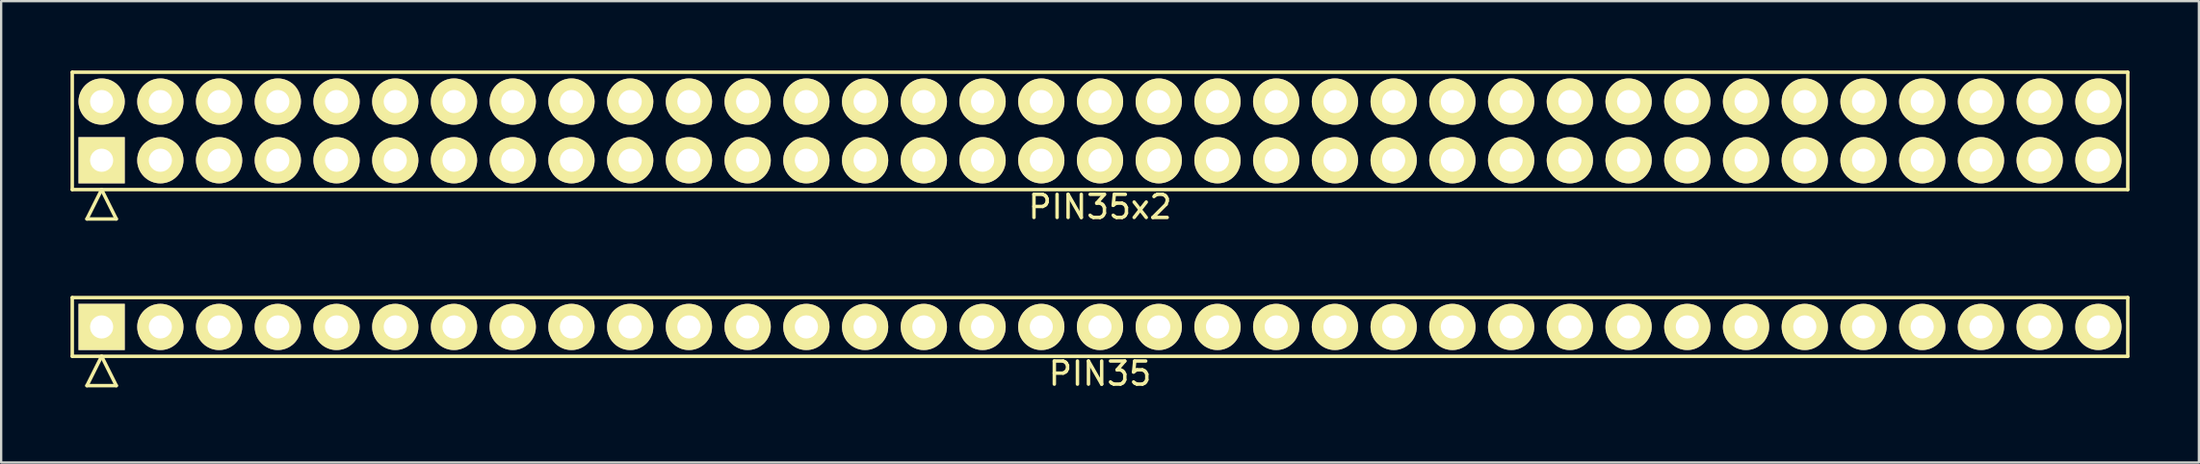
<source format=kicad_pcb>
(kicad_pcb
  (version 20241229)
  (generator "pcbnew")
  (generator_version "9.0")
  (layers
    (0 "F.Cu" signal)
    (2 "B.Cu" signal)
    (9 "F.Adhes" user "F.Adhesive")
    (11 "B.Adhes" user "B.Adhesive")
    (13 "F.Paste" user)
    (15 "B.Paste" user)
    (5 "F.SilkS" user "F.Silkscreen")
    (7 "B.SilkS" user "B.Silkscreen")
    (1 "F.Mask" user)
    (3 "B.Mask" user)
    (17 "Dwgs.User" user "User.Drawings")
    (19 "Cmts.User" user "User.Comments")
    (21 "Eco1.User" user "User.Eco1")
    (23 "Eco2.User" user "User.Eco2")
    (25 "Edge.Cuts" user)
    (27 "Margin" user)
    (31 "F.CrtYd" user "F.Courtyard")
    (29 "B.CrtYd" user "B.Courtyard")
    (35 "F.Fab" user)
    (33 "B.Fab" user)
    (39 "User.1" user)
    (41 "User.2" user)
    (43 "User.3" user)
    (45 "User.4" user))
  (footprint "PIN35"
    (layer "F.Cu")
    (at 44.525 11.098)
    (property "Reference" "PIN35" (at 0 2.02 0) (layer "F.SilkS") (effects (font (size 1 1) (thickness 0.15))))
    (attr through_hole)
    (fp_line (start -44.45 -1.27) (end -44.45 1.27) (stroke (width 0.15) (type solid)) (layer "F.SilkS"))
    (fp_line (start -44.45 1.27) (end 44.45 1.27) (stroke (width 0.15) (type solid)) (layer "F.SilkS"))
    (fp_line (start -43.815 2.54) (end -43.18 1.27) (stroke (width 0.15) (type solid)) (layer "F.SilkS"))
    (fp_line (start -43.815 2.54) (end -42.545 2.54) (stroke (width 0.15) (type solid)) (layer "F.SilkS"))
    (fp_line (start -42.545 2.54) (end -43.18 1.27) (stroke (width 0.15) (type solid)) (layer "F.SilkS"))
    (fp_line (start 44.45 -1.27) (end -44.45 -1.27) (stroke (width 0.15) (type solid)) (layer "F.SilkS"))
    (fp_line (start 44.45 1.27) (end 44.45 -1.27) (stroke (width 0.15) (type solid)) (layer "F.SilkS"))
    (pad "1" thru_hole rect (at -43.18 0) (size 2 2) (drill 1) (layers "*.Cu" "*.Mask" "F.SilkS"))
    (pad "2" thru_hole circle (at -40.64 0) (size 2 2) (drill 1) (layers "*.Cu" "*.Mask" "F.SilkS"))
    (pad "3" thru_hole circle (at -38.1 0) (size 2 2) (drill 1) (layers "*.Cu" "*.Mask" "F.SilkS"))
    (pad "4" thru_hole circle (at -35.56 0) (size 2 2) (drill 1) (layers "*.Cu" "*.Mask" "F.SilkS"))
    (pad "5" thru_hole circle (at -33.02 0) (size 2 2) (drill 1) (layers "*.Cu" "*.Mask" "F.SilkS"))
    (pad "6" thru_hole circle (at -30.48 0) (size 2 2) (drill 1) (layers "*.Cu" "*.Mask" "F.SilkS"))
    (pad "7" thru_hole circle (at -27.94 0) (size 2 2) (drill 1) (layers "*.Cu" "*.Mask" "F.SilkS"))
    (pad "8" thru_hole circle (at -25.4 0) (size 2 2) (drill 1) (layers "*.Cu" "*.Mask" "F.SilkS"))
    (pad "9" thru_hole circle (at -22.86 0) (size 2 2) (drill 1) (layers "*.Cu" "*.Mask" "F.SilkS"))
    (pad "10" thru_hole circle (at -20.32 0) (size 2 2) (drill 1) (layers "*.Cu" "*.Mask" "F.SilkS"))
    (pad "11" thru_hole circle (at -17.78 0) (size 2 2) (drill 1) (layers "*.Cu" "*.Mask" "F.SilkS"))
    (pad "12" thru_hole circle (at -15.24 0) (size 2 2) (drill 1) (layers "*.Cu" "*.Mask" "F.SilkS"))
    (pad "13" thru_hole circle (at -12.7 0) (size 2 2) (drill 1) (layers "*.Cu" "*.Mask" "F.SilkS"))
    (pad "14" thru_hole circle (at -10.16 0) (size 2 2) (drill 1) (layers "*.Cu" "*.Mask" "F.SilkS"))
    (pad "15" thru_hole circle (at -7.62 0) (size 2 2) (drill 1) (layers "*.Cu" "*.Mask" "F.SilkS"))
    (pad "16" thru_hole circle (at -5.08 0) (size 2 2) (drill 1) (layers "*.Cu" "*.Mask" "F.SilkS"))
    (pad "17" thru_hole circle (at -2.54 0) (size 2 2) (drill 1) (layers "*.Cu" "*.Mask" "F.SilkS"))
    (pad "18" thru_hole circle (at 0 0) (size 2 2) (drill 1) (layers "*.Cu" "*.Mask" "F.SilkS"))
    (pad "19" thru_hole circle (at 2.54 0) (size 2 2) (drill 1) (layers "*.Cu" "*.Mask" "F.SilkS"))
    (pad "20" thru_hole circle (at 5.08 0) (size 2 2) (drill 1) (layers "*.Cu" "*.Mask" "F.SilkS"))
    (pad "21" thru_hole circle (at 7.62 0) (size 2 2) (drill 1) (layers "*.Cu" "*.Mask" "F.SilkS"))
    (pad "22" thru_hole circle (at 10.16 0) (size 2 2) (drill 1) (layers "*.Cu" "*.Mask" "F.SilkS"))
    (pad "23" thru_hole circle (at 12.7 0) (size 2 2) (drill 1) (layers "*.Cu" "*.Mask" "F.SilkS"))
    (pad "24" thru_hole circle (at 15.24 0) (size 2 2) (drill 1) (layers "*.Cu" "*.Mask" "F.SilkS"))
    (pad "25" thru_hole circle (at 17.78 0) (size 2 2) (drill 1) (layers "*.Cu" "*.Mask" "F.SilkS"))
    (pad "26" thru_hole circle (at 20.32 0) (size 2 2) (drill 1) (layers "*.Cu" "*.Mask" "F.SilkS"))
    (pad "27" thru_hole circle (at 22.86 0) (size 2 2) (drill 1) (layers "*.Cu" "*.Mask" "F.SilkS"))
    (pad "28" thru_hole circle (at 25.4 0) (size 2 2) (drill 1) (layers "*.Cu" "*.Mask" "F.SilkS"))
    (pad "29" thru_hole circle (at 27.94 0) (size 2 2) (drill 1) (layers "*.Cu" "*.Mask" "F.SilkS"))
    (pad "30" thru_hole circle (at 30.48 0) (size 2 2) (drill 1) (layers "*.Cu" "*.Mask" "F.SilkS"))
    (pad "31" thru_hole circle (at 33.02 0) (size 2 2) (drill 1) (layers "*.Cu" "*.Mask" "F.SilkS"))
    (pad "32" thru_hole circle (at 35.56 0) (size 2 2) (drill 1) (layers "*.Cu" "*.Mask" "F.SilkS"))
    (pad "33" thru_hole circle (at 38.1 0) (size 2 2) (drill 1) (layers "*.Cu" "*.Mask" "F.SilkS"))
    (pad "34" thru_hole circle (at 40.64 0) (size 2 2) (drill 1) (layers "*.Cu" "*.Mask" "F.SilkS"))
    (pad "35" thru_hole circle (at 43.18 0) (size 2 2) (drill 1) (layers "*.Cu" "*.Mask" "F.SilkS")))
  (footprint "PIN35x2"
    (layer "F.Cu")
    (at 44.525 2.615)
    (property "Reference" "PIN35x2" (at 0 3.29 0) (layer "F.SilkS") (effects (font (size 1 1) (thickness 0.15))))
    (attr through_hole)
    (fp_line (start -44.45 -2.54) (end -44.45 2.54) (stroke (width 0.15) (type solid)) (layer "F.SilkS"))
    (fp_line (start -44.45 2.54) (end 44.45 2.54) (stroke (width 0.15) (type solid)) (layer "F.SilkS"))
    (fp_line (start -43.815 3.81) (end -43.18 2.54) (stroke (width 0.15) (type solid)) (layer "F.SilkS"))
    (fp_line (start -43.815 3.81) (end -42.545 3.81) (stroke (width 0.15) (type solid)) (layer "F.SilkS"))
    (fp_line (start -42.545 3.81) (end -43.18 2.54) (stroke (width 0.15) (type solid)) (layer "F.SilkS"))
    (fp_line (start 44.45 -2.54) (end -44.45 -2.54) (stroke (width 0.15) (type solid)) (layer "F.SilkS"))
    (fp_line (start 44.45 2.54) (end 44.45 -2.54) (stroke (width 0.15) (type solid)) (layer "F.SilkS"))
    (pad "1" thru_hole rect (at -43.18 1.27) (size 2 2) (drill 1) (layers "*.Cu" "*.Mask" "F.SilkS"))
    (pad "2" thru_hole circle (at -43.18 -1.27) (size 2 2) (drill 1) (layers "*.Cu" "*.Mask" "F.SilkS"))
    (pad "3" thru_hole circle (at -40.64 1.27) (size 2 2) (drill 1) (layers "*.Cu" "*.Mask" "F.SilkS"))
    (pad "4" thru_hole circle (at -40.64 -1.27) (size 2 2) (drill 1) (layers "*.Cu" "*.Mask" "F.SilkS"))
    (pad "5" thru_hole circle (at -38.1 1.27) (size 2 2) (drill 1) (layers "*.Cu" "*.Mask" "F.SilkS"))
    (pad "6" thru_hole circle (at -38.1 -1.27) (size 2 2) (drill 1) (layers "*.Cu" "*.Mask" "F.SilkS"))
    (pad "7" thru_hole circle (at -35.56 1.27) (size 2 2) (drill 1) (layers "*.Cu" "*.Mask" "F.SilkS"))
    (pad "8" thru_hole circle (at -35.56 -1.27) (size 2 2) (drill 1) (layers "*.Cu" "*.Mask" "F.SilkS"))
    (pad "9" thru_hole circle (at -33.02 1.27) (size 2 2) (drill 1) (layers "*.Cu" "*.Mask" "F.SilkS"))
    (pad "10" thru_hole circle (at -33.02 -1.27) (size 2 2) (drill 1) (layers "*.Cu" "*.Mask" "F.SilkS"))
    (pad "11" thru_hole circle (at -30.48 1.27) (size 2 2) (drill 1) (layers "*.Cu" "*.Mask" "F.SilkS"))
    (pad "12" thru_hole circle (at -30.48 -1.27) (size 2 2) (drill 1) (layers "*.Cu" "*.Mask" "F.SilkS"))
    (pad "13" thru_hole circle (at -27.94 1.27) (size 2 2) (drill 1) (layers "*.Cu" "*.Mask" "F.SilkS"))
    (pad "14" thru_hole circle (at -27.94 -1.27) (size 2 2) (drill 1) (layers "*.Cu" "*.Mask" "F.SilkS"))
    (pad "15" thru_hole circle (at -25.4 1.27) (size 2 2) (drill 1) (layers "*.Cu" "*.Mask" "F.SilkS"))
    (pad "16" thru_hole circle (at -25.4 -1.27) (size 2 2) (drill 1) (layers "*.Cu" "*.Mask" "F.SilkS"))
    (pad "17" thru_hole circle (at -22.86 1.27) (size 2 2) (drill 1) (layers "*.Cu" "*.Mask" "F.SilkS"))
    (pad "18" thru_hole circle (at -22.86 -1.27) (size 2 2) (drill 1) (layers "*.Cu" "*.Mask" "F.SilkS"))
    (pad "19" thru_hole circle (at -20.32 1.27) (size 2 2) (drill 1) (layers "*.Cu" "*.Mask" "F.SilkS"))
    (pad "20" thru_hole circle (at -20.32 -1.27) (size 2 2) (drill 1) (layers "*.Cu" "*.Mask" "F.SilkS"))
    (pad "21" thru_hole circle (at -17.78 1.27) (size 2 2) (drill 1) (layers "*.Cu" "*.Mask" "F.SilkS"))
    (pad "22" thru_hole circle (at -17.78 -1.27) (size 2 2) (drill 1) (layers "*.Cu" "*.Mask" "F.SilkS"))
    (pad "23" thru_hole circle (at -15.24 1.27) (size 2 2) (drill 1) (layers "*.Cu" "*.Mask" "F.SilkS"))
    (pad "24" thru_hole circle (at -15.24 -1.27) (size 2 2) (drill 1) (layers "*.Cu" "*.Mask" "F.SilkS"))
    (pad "25" thru_hole circle (at -12.7 1.27) (size 2 2) (drill 1) (layers "*.Cu" "*.Mask" "F.SilkS"))
    (pad "26" thru_hole circle (at -12.7 -1.27) (size 2 2) (drill 1) (layers "*.Cu" "*.Mask" "F.SilkS"))
    (pad "27" thru_hole circle (at -10.16 1.27) (size 2 2) (drill 1) (layers "*.Cu" "*.Mask" "F.SilkS"))
    (pad "28" thru_hole circle (at -10.16 -1.27) (size 2 2) (drill 1) (layers "*.Cu" "*.Mask" "F.SilkS"))
    (pad "29" thru_hole circle (at -7.62 1.27) (size 2 2) (drill 1) (layers "*.Cu" "*.Mask" "F.SilkS"))
    (pad "30" thru_hole circle (at -7.62 -1.27) (size 2 2) (drill 1) (layers "*.Cu" "*.Mask" "F.SilkS"))
    (pad "31" thru_hole circle (at -5.08 1.27) (size 2 2) (drill 1) (layers "*.Cu" "*.Mask" "F.SilkS"))
    (pad "32" thru_hole circle (at -5.08 -1.27) (size 2 2) (drill 1) (layers "*.Cu" "*.Mask" "F.SilkS"))
    (pad "33" thru_hole circle (at -2.54 1.27) (size 2 2) (drill 1) (layers "*.Cu" "*.Mask" "F.SilkS"))
    (pad "34" thru_hole circle (at -2.54 -1.27) (size 2 2) (drill 1) (layers "*.Cu" "*.Mask" "F.SilkS"))
    (pad "35" thru_hole circle (at 0 1.27) (size 2 2) (drill 1) (layers "*.Cu" "*.Mask" "F.SilkS"))
    (pad "36" thru_hole circle (at 0 -1.27) (size 2 2) (drill 1) (layers "*.Cu" "*.Mask" "F.SilkS"))
    (pad "37" thru_hole circle (at 2.54 1.27) (size 2 2) (drill 1) (layers "*.Cu" "*.Mask" "F.SilkS"))
    (pad "38" thru_hole circle (at 2.54 -1.27) (size 2 2) (drill 1) (layers "*.Cu" "*.Mask" "F.SilkS"))
    (pad "39" thru_hole circle (at 5.08 1.27) (size 2 2) (drill 1) (layers "*.Cu" "*.Mask" "F.SilkS"))
    (pad "40" thru_hole circle (at 5.08 -1.27) (size 2 2) (drill 1) (layers "*.Cu" "*.Mask" "F.SilkS"))
    (pad "41" thru_hole circle (at 7.62 1.27) (size 2 2) (drill 1) (layers "*.Cu" "*.Mask" "F.SilkS"))
    (pad "42" thru_hole circle (at 7.62 -1.27) (size 2 2) (drill 1) (layers "*.Cu" "*.Mask" "F.SilkS"))
    (pad "43" thru_hole circle (at 10.16 1.27) (size 2 2) (drill 1) (layers "*.Cu" "*.Mask" "F.SilkS"))
    (pad "44" thru_hole circle (at 10.16 -1.27) (size 2 2) (drill 1) (layers "*.Cu" "*.Mask" "F.SilkS"))
    (pad "45" thru_hole circle (at 12.7 1.27) (size 2 2) (drill 1) (layers "*.Cu" "*.Mask" "F.SilkS"))
    (pad "46" thru_hole circle (at 12.7 -1.27) (size 2 2) (drill 1) (layers "*.Cu" "*.Mask" "F.SilkS"))
    (pad "47" thru_hole circle (at 15.24 1.27) (size 2 2) (drill 1) (layers "*.Cu" "*.Mask" "F.SilkS"))
    (pad "48" thru_hole circle (at 15.24 -1.27) (size 2 2) (drill 1) (layers "*.Cu" "*.Mask" "F.SilkS"))
    (pad "49" thru_hole circle (at 17.78 1.27) (size 2 2) (drill 1) (layers "*.Cu" "*.Mask" "F.SilkS"))
    (pad "50" thru_hole circle (at 17.78 -1.27) (size 2 2) (drill 1) (layers "*.Cu" "*.Mask" "F.SilkS"))
    (pad "51" thru_hole circle (at 20.32 1.27) (size 2 2) (drill 1) (layers "*.Cu" "*.Mask" "F.SilkS"))
    (pad "52" thru_hole circle (at 20.32 -1.27) (size 2 2) (drill 1) (layers "*.Cu" "*.Mask" "F.SilkS"))
    (pad "53" thru_hole circle (at 22.86 1.27) (size 2 2) (drill 1) (layers "*.Cu" "*.Mask" "F.SilkS"))
    (pad "54" thru_hole circle (at 22.86 -1.27) (size 2 2) (drill 1) (layers "*.Cu" "*.Mask" "F.SilkS"))
    (pad "55" thru_hole circle (at 25.4 1.27) (size 2 2) (drill 1) (layers "*.Cu" "*.Mask" "F.SilkS"))
    (pad "56" thru_hole circle (at 25.4 -1.27) (size 2 2) (drill 1) (layers "*.Cu" "*.Mask" "F.SilkS"))
    (pad "57" thru_hole circle (at 27.94 1.27) (size 2 2) (drill 1) (layers "*.Cu" "*.Mask" "F.SilkS"))
    (pad "58" thru_hole circle (at 27.94 -1.27) (size 2 2) (drill 1) (layers "*.Cu" "*.Mask" "F.SilkS"))
    (pad "59" thru_hole circle (at 30.48 1.27) (size 2 2) (drill 1) (layers "*.Cu" "*.Mask" "F.SilkS"))
    (pad "60" thru_hole circle (at 30.48 -1.27) (size 2 2) (drill 1) (layers "*.Cu" "*.Mask" "F.SilkS"))
    (pad "61" thru_hole circle (at 33.02 1.27) (size 2 2) (drill 1) (layers "*.Cu" "*.Mask" "F.SilkS"))
    (pad "62" thru_hole circle (at 33.02 -1.27) (size 2 2) (drill 1) (layers "*.Cu" "*.Mask" "F.SilkS"))
    (pad "63" thru_hole circle (at 35.56 1.27) (size 2 2) (drill 1) (layers "*.Cu" "*.Mask" "F.SilkS"))
    (pad "64" thru_hole circle (at 35.56 -1.27) (size 2 2) (drill 1) (layers "*.Cu" "*.Mask" "F.SilkS"))
    (pad "65" thru_hole circle (at 38.1 1.27) (size 2 2) (drill 1) (layers "*.Cu" "*.Mask" "F.SilkS"))
    (pad "66" thru_hole circle (at 38.1 -1.27) (size 2 2) (drill 1) (layers "*.Cu" "*.Mask" "F.SilkS"))
    (pad "67" thru_hole circle (at 40.64 1.27) (size 2 2) (drill 1) (layers "*.Cu" "*.Mask" "F.SilkS"))
    (pad "68" thru_hole circle (at 40.64 -1.27) (size 2 2) (drill 1) (layers "*.Cu" "*.Mask" "F.SilkS"))
    (pad "69" thru_hole circle (at 43.18 1.27) (size 2 2) (drill 1) (layers "*.Cu" "*.Mask" "F.SilkS"))
    (pad "70" thru_hole circle (at 43.18 -1.27) (size 2 2) (drill 1) (layers "*.Cu" "*.Mask" "F.SilkS")))
  (gr_rect
    (start -3 -3)
    (end 92.05 16.966)
    (stroke (width 0.1) (type default))
    (fill no)
    (layer "Edge.Cuts")))
</source>
